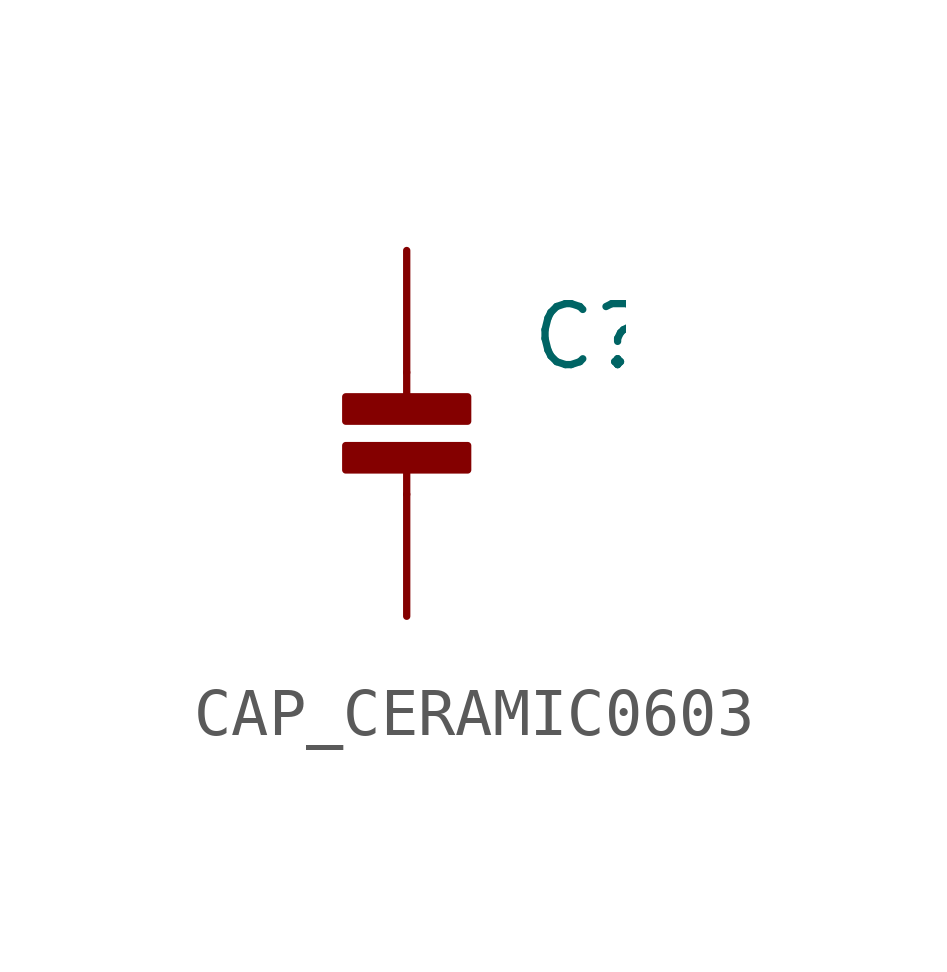
<source format=kicad_sym>
(kicad_symbol_lib
  (version 20220914)
  (generator kicad_symbol_editor)
  (symbol "CAP_CERAMIC0603"
    (property "Reference" "C"
      (at 2.54 2.54 0)
      (effects (font (size 1.27 1.27)) (justify left bottom)))
    (property "Value" ""
      (at 2.54 0 0)
      (effects (font (size 1.27 1.27)) (justify left bottom)))
    (property "ki_locked" ""
      (at 0 0 0)
      (effects (font (size 1.27 1.27))))
    (symbol "CAP_CERAMIC0603_1_0"
      (rectangle (start -1.27 0.508) (end 1.27 1.016) (stroke (width 0) (type default)) (fill (type outline)))
      (rectangle (start -1.27 1.524) (end 1.27 2.032) (stroke (width 0) (type default)) (fill (type outline)))
      (polyline (pts (xy 0 0.762) (xy 0 0)) (stroke (width 0.152) (type solid)) (fill (type none)))
      (polyline (pts (xy 0 2.54) (xy 0 1.778)) (stroke (width 0.152) (type solid)) (fill (type none)))
      (pin passive line (at 0 5.08 270) (length 2.54) (name "P$1" (effects (font (size 0 0)))) (number "1" (effects (font (size 0 0)))))
      (pin passive line (at 0 -2.54 90) (length 2.54) (name "P$2" (effects (font (size 0 0)))) (number "2" (effects (font (size 0 0))))))))
</source>
